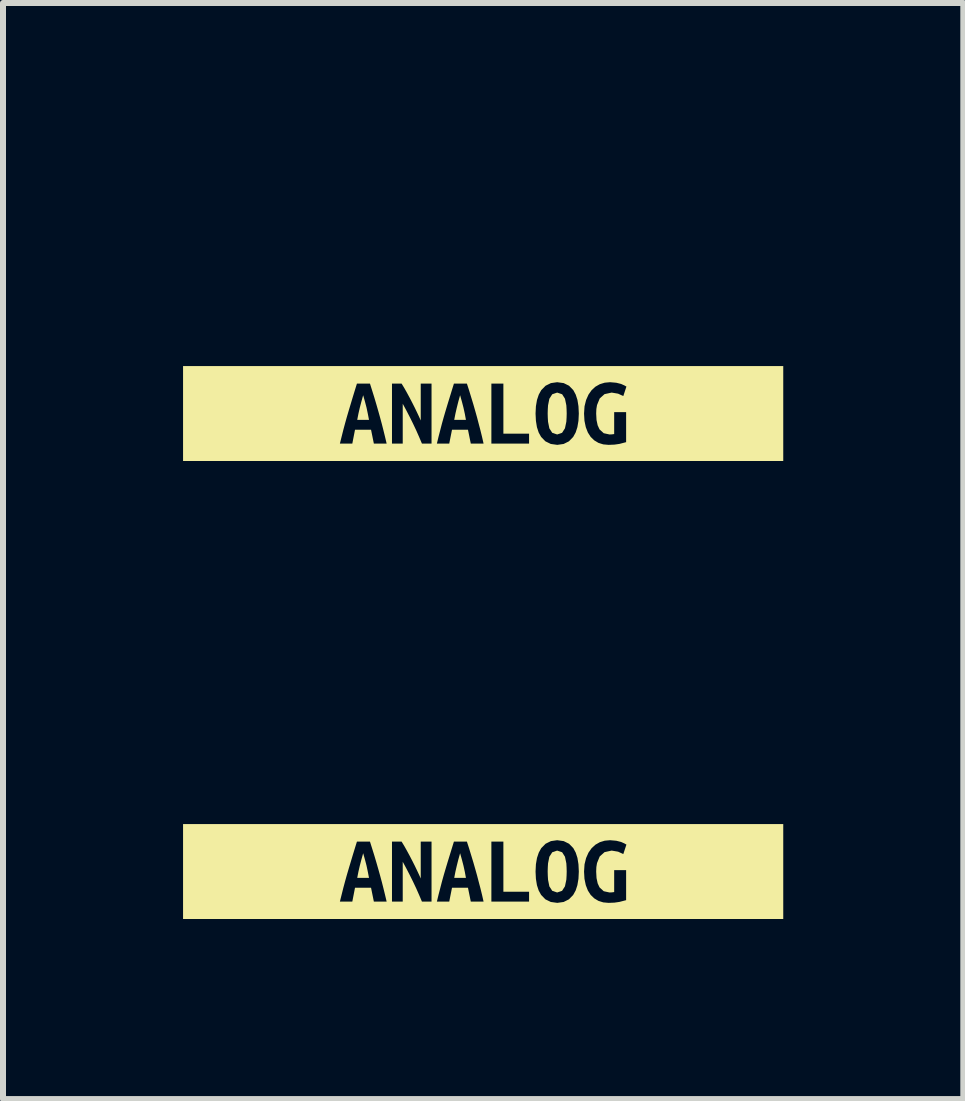
<source format=kicad_pcb>
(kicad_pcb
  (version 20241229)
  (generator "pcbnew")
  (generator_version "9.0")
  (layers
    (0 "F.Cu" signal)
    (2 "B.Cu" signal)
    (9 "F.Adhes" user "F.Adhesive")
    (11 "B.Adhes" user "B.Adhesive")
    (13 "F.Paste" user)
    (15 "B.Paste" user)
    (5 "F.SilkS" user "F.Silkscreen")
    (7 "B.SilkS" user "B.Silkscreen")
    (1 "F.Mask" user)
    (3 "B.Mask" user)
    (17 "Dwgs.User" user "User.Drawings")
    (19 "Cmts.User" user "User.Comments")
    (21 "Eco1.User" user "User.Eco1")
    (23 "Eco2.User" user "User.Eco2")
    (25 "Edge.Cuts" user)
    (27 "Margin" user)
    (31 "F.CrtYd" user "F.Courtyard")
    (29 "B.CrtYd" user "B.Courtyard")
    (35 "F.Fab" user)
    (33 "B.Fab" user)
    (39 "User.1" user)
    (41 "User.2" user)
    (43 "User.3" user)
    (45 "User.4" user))
  (footprint "kibuzzard-67A20273"
    (layer "F.Cu")
    (at 5 11.471)
    (property "Reference" "kibuzzard-67A20273" (at 0 -3.839 0) (layer "F.SilkS") (effects (font (size 0.001 0.001) (thickness 0.15))))
    (attr board_only exclude_from_pos_files exclude_from_bom)
    (fp_poly (pts (xy -1.999 -0.305) (xy -2.029 -0.198) (xy -2.055 -0.098) (xy -2.078 0.002) (xy -2.098 0.105) (xy -1.902 0.105) (xy -1.922 0.002) (xy -1.943 -0.098) (xy -1.969 -0.198) (xy -1.999 -0.305)) (stroke (width 0) (type solid)) (fill yes) (layer "F.SilkS"))
    (fp_poly (pts (xy -0.384 -0.305) (xy -0.414 -0.198) (xy -0.439 -0.098) (xy -0.462 0.002) (xy -0.482 0.105) (xy -0.287 0.105) (xy -0.306 0.002) (xy -0.328 -0.098) (xy -0.354 -0.198) (xy -0.384 -0.305)) (stroke (width 0) (type solid)) (fill yes) (layer "F.SilkS"))
    (fp_poly (pts (xy 1.075 0) (xy 1.077 0.07) (xy 1.081 0.137) (xy 1.103 0.247) (xy 1.151 0.321) (xy 1.233 0.349) (xy 1.315 0.321) (xy 1.363 0.246) (xy 1.386 0.136) (xy 1.39 0.07) (xy 1.392 0) (xy 1.39 -0.07) (xy 1.386 -0.137) (xy 1.363 -0.247) (xy 1.316 -0.321) (xy 1.233 -0.349) (xy 1.151 -0.321) (xy 1.103 -0.246) (xy 1.081 -0.136) (xy 1.077 -0.07) (xy 1.075 0)) (stroke (width 0) (type solid)) (fill yes) (layer "F.SilkS"))
    (fp_poly (pts (xy -5 -0.791) (xy -5 -0.791) (xy -5 0.791) (xy -5 0.791) (xy -1.821 0.791) (xy -1.821 0.501) (xy -1.868 0.27) (xy -2.135 0.27) (xy -2.18 0.501) (xy -2.387 0.501) (xy -2.358 0.385) (xy -2.33 0.273) (xy -2.301 0.165) (xy -2.272 0.061) (xy -2.243 -0.038) (xy -2.207 -0.158) (xy -2.172 -0.275) (xy -2.137 -0.389) (xy -2.103 -0.499) (xy -1.886 -0.499) (xy -1.851 -0.388) (xy -1.815 -0.273) (xy -1.78 -0.155) (xy -1.745 -0.033) (xy -1.717 0.067) (xy -1.689 0.171) (xy -1.662 0.277) (xy -1.635 0.387) (xy -1.608 0.501) (xy -1.821 0.501) (xy -1.821 0.791) (xy -1.02 0.791) (xy -1.02 0.501) (xy -1.067 0.39) (xy -1.116 0.279) (xy -1.168 0.169) (xy -1.223 0.058) (xy -1.28 -0.052) (xy -1.34 -0.163) (xy -1.34 0.501) (xy -1.519 0.501) (xy -1.519 -0.499) (xy -1.359 -0.499) (xy -1.314 -0.425) (xy -1.269 -0.345) (xy -1.224 -0.262) (xy -1.181 -0.179) (xy -1.14 -0.098) (xy -1.102 -0.019) (xy -1.068 0.053) (xy -1.04 0.116) (xy -1.04 -0.499) (xy -0.86 -0.499) (xy -0.86 0.501) (xy -1.02 0.501) (xy -1.02 0.791) (xy -0.206 0.791) (xy -0.206 0.501) (xy -0.253 0.27) (xy -0.519 0.27) (xy -0.565 0.501) (xy -0.771 0.501) (xy -0.743 0.385) (xy -0.714 0.273) (xy -0.686 0.165) (xy -0.657 0.061) (xy -0.628 -0.038) (xy -0.592 -0.158) (xy -0.556 -0.275) (xy -0.521 -0.389) (xy -0.487 -0.499) (xy -0.271 -0.499) (xy -0.235 -0.388) (xy -0.2 -0.273) (xy -0.164 -0.155) (xy -0.129 -0.033) (xy -0.101 0.067) (xy -0.074 0.171) (xy -0.046 0.277) (xy -0.019 0.387) (xy 0.007 0.501) (xy -0.206 0.501) (xy -0.206 0.791) (xy 0.765 0.791) (xy 0.765 0.501) (xy 0.137 0.501) (xy 0.137 -0.499) (xy 0.337 -0.499) (xy 0.337 0.336) (xy 0.765 0.336) (xy 0.765 0.501) (xy 0.765 0.791) (xy 1.235 0.791) (xy 1.235 0.522) (xy 1.127 0.507) (xy 1.037 0.463) (xy 0.966 0.39) (xy 0.925 0.316) (xy 0.896 0.227) (xy 0.879 0.121) (xy 0.873 0) (xy 0.879 -0.121) (xy 0.897 -0.227) (xy 0.927 -0.316) (xy 0.968 -0.39) (xy 1.04 -0.463) (xy 1.129 -0.507) (xy 1.233 -0.522) (xy 1.342 -0.507) (xy 1.431 -0.463) (xy 1.502 -0.39) (xy 1.542 -0.316) (xy 1.571 -0.227) (xy 1.588 -0.121) (xy 1.594 0) (xy 1.588 0.121) (xy 1.57 0.227) (xy 1.541 0.316) (xy 1.5 0.39) (xy 1.429 0.463) (xy 1.341 0.507) (xy 1.235 0.522) (xy 1.235 0.791) (xy 2.09 0.791) (xy 2.09 0.522) (xy 2.001 0.514) (xy 1.921 0.489) (xy 1.851 0.447) (xy 1.792 0.39) (xy 1.745 0.317) (xy 1.71 0.227) (xy 1.688 0.121) (xy 1.681 0) (xy 1.689 -0.12) (xy 1.715 -0.225) (xy 1.755 -0.315) (xy 1.807 -0.389) (xy 1.87 -0.447) (xy 1.944 -0.489) (xy 2.026 -0.514) (xy 2.114 -0.522) (xy 2.218 -0.513) (xy 2.298 -0.493) (xy 2.354 -0.468) (xy 2.387 -0.449) (xy 2.335 -0.291) (xy 2.248 -0.331) (xy 2.141 -0.349) (xy 2.022 -0.323) (xy 1.942 -0.251) (xy 1.897 -0.141) (xy 1.886 -0.074) (xy 1.883 0) (xy 1.889 0.109) (xy 1.908 0.197) (xy 1.939 0.264) (xy 2.009 0.328) (xy 2.106 0.349) (xy 2.145 0.347) (xy 2.183 0.342) (xy 2.183 -0.023) (xy 2.382 -0.023) (xy 2.382 0.477) (xy 2.271 0.506) (xy 2.188 0.518) (xy 2.09 0.522) (xy 2.09 0.791) (xy 5 0.791) (xy 5 0.791) (xy 5 -0.791) (xy 5 -0.791) (xy -5 -0.791)) (stroke (width 0) (type solid)) (fill yes) (layer "F.SilkS")))
  (footprint "kibuzzard-67A2291F"
    (layer "F.Cu")
    (at 5 3.84)
    (property "Reference" "kibuzzard-67A2291F" (at 0 -3.839 0) (layer "F.SilkS") (effects (font (size 0.001 0.001) (thickness 0.15))))
    (attr board_only exclude_from_pos_files exclude_from_bom)
    (fp_poly (pts (xy -1.999 -0.305) (xy -2.029 -0.198) (xy -2.055 -0.098) (xy -2.078 0.002) (xy -2.098 0.105) (xy -1.902 0.105) (xy -1.922 0.002) (xy -1.943 -0.098) (xy -1.969 -0.198) (xy -1.999 -0.305)) (stroke (width 0) (type solid)) (fill yes) (layer "F.SilkS"))
    (fp_poly (pts (xy -0.384 -0.305) (xy -0.414 -0.198) (xy -0.439 -0.098) (xy -0.462 0.002) (xy -0.482 0.105) (xy -0.287 0.105) (xy -0.306 0.002) (xy -0.328 -0.098) (xy -0.354 -0.198) (xy -0.384 -0.305)) (stroke (width 0) (type solid)) (fill yes) (layer "F.SilkS"))
    (fp_poly (pts (xy 1.075 0) (xy 1.077 0.07) (xy 1.081 0.137) (xy 1.103 0.247) (xy 1.151 0.321) (xy 1.233 0.349) (xy 1.315 0.321) (xy 1.363 0.246) (xy 1.386 0.136) (xy 1.39 0.07) (xy 1.392 0) (xy 1.39 -0.07) (xy 1.386 -0.137) (xy 1.363 -0.247) (xy 1.316 -0.321) (xy 1.233 -0.349) (xy 1.151 -0.321) (xy 1.103 -0.246) (xy 1.081 -0.136) (xy 1.077 -0.07) (xy 1.075 0)) (stroke (width 0) (type solid)) (fill yes) (layer "F.SilkS"))
    (fp_poly (pts (xy -5 -0.791) (xy -5 -0.791) (xy -5 0.791) (xy -5 0.791) (xy -1.821 0.791) (xy -1.821 0.501) (xy -1.868 0.27) (xy -2.135 0.27) (xy -2.18 0.501) (xy -2.387 0.501) (xy -2.358 0.385) (xy -2.33 0.273) (xy -2.301 0.165) (xy -2.272 0.061) (xy -2.243 -0.038) (xy -2.207 -0.158) (xy -2.172 -0.275) (xy -2.137 -0.389) (xy -2.103 -0.499) (xy -1.886 -0.499) (xy -1.851 -0.388) (xy -1.815 -0.273) (xy -1.78 -0.155) (xy -1.745 -0.033) (xy -1.717 0.067) (xy -1.689 0.171) (xy -1.662 0.277) (xy -1.635 0.387) (xy -1.608 0.501) (xy -1.821 0.501) (xy -1.821 0.791) (xy -1.02 0.791) (xy -1.02 0.501) (xy -1.067 0.39) (xy -1.116 0.279) (xy -1.168 0.169) (xy -1.223 0.058) (xy -1.28 -0.052) (xy -1.34 -0.163) (xy -1.34 0.501) (xy -1.519 0.501) (xy -1.519 -0.499) (xy -1.359 -0.499) (xy -1.314 -0.425) (xy -1.269 -0.345) (xy -1.224 -0.262) (xy -1.181 -0.179) (xy -1.14 -0.098) (xy -1.102 -0.019) (xy -1.068 0.053) (xy -1.04 0.116) (xy -1.04 -0.499) (xy -0.86 -0.499) (xy -0.86 0.501) (xy -1.02 0.501) (xy -1.02 0.791) (xy -0.206 0.791) (xy -0.206 0.501) (xy -0.253 0.27) (xy -0.519 0.27) (xy -0.565 0.501) (xy -0.771 0.501) (xy -0.743 0.385) (xy -0.714 0.273) (xy -0.686 0.165) (xy -0.657 0.061) (xy -0.628 -0.038) (xy -0.592 -0.158) (xy -0.556 -0.275) (xy -0.521 -0.389) (xy -0.487 -0.499) (xy -0.271 -0.499) (xy -0.235 -0.388) (xy -0.2 -0.273) (xy -0.164 -0.155) (xy -0.129 -0.033) (xy -0.101 0.067) (xy -0.074 0.171) (xy -0.046 0.277) (xy -0.019 0.387) (xy 0.007 0.501) (xy -0.206 0.501) (xy -0.206 0.791) (xy 0.765 0.791) (xy 0.765 0.501) (xy 0.137 0.501) (xy 0.137 -0.499) (xy 0.337 -0.499) (xy 0.337 0.336) (xy 0.765 0.336) (xy 0.765 0.501) (xy 0.765 0.791) (xy 1.235 0.791) (xy 1.235 0.522) (xy 1.127 0.507) (xy 1.037 0.463) (xy 0.966 0.39) (xy 0.925 0.316) (xy 0.896 0.227) (xy 0.879 0.121) (xy 0.873 0) (xy 0.879 -0.121) (xy 0.897 -0.227) (xy 0.927 -0.316) (xy 0.968 -0.39) (xy 1.04 -0.463) (xy 1.129 -0.507) (xy 1.233 -0.522) (xy 1.342 -0.507) (xy 1.431 -0.463) (xy 1.502 -0.39) (xy 1.542 -0.316) (xy 1.571 -0.227) (xy 1.588 -0.121) (xy 1.594 0) (xy 1.588 0.121) (xy 1.57 0.227) (xy 1.541 0.316) (xy 1.5 0.39) (xy 1.429 0.463) (xy 1.341 0.507) (xy 1.235 0.522) (xy 1.235 0.791) (xy 2.09 0.791) (xy 2.09 0.522) (xy 2.001 0.514) (xy 1.921 0.489) (xy 1.851 0.447) (xy 1.792 0.39) (xy 1.745 0.317) (xy 1.71 0.227) (xy 1.688 0.121) (xy 1.681 0) (xy 1.689 -0.12) (xy 1.715 -0.225) (xy 1.755 -0.315) (xy 1.807 -0.389) (xy 1.87 -0.447) (xy 1.944 -0.489) (xy 2.026 -0.514) (xy 2.114 -0.522) (xy 2.218 -0.513) (xy 2.298 -0.493) (xy 2.354 -0.468) (xy 2.387 -0.449) (xy 2.335 -0.291) (xy 2.248 -0.331) (xy 2.141 -0.349) (xy 2.022 -0.323) (xy 1.942 -0.251) (xy 1.897 -0.141) (xy 1.886 -0.074) (xy 1.883 0) (xy 1.889 0.109) (xy 1.908 0.197) (xy 1.939 0.264) (xy 2.009 0.328) (xy 2.106 0.349) (xy 2.145 0.347) (xy 2.183 0.342) (xy 2.183 -0.023) (xy 2.382 -0.023) (xy 2.382 0.477) (xy 2.271 0.506) (xy 2.188 0.518) (xy 2.09 0.522) (xy 2.09 0.791) (xy 5 0.791) (xy 5 0.791) (xy 5 -0.791) (xy 5 -0.791) (xy -5 -0.791)) (stroke (width 0) (type solid)) (fill yes) (layer "F.SilkS")))
  (gr_rect
    (start -3 -3)
    (end 13 15.262)
    (stroke (width 0.1) (type default))
    (fill no)
    (layer "Edge.Cuts")))
</source>
